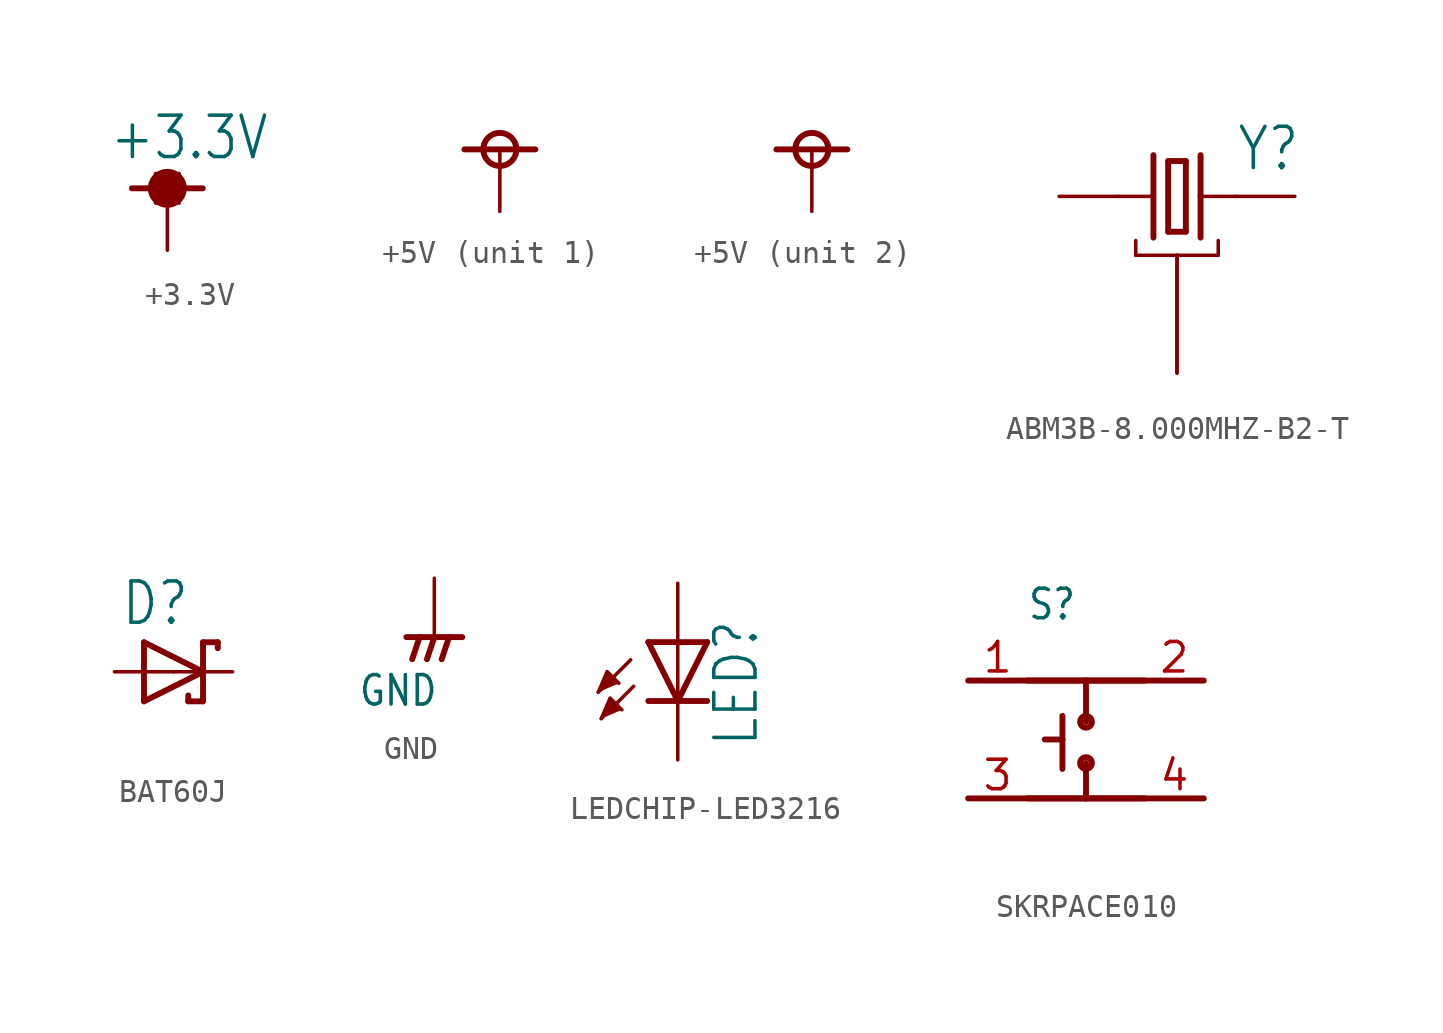
<source format=kicad_sym>
(kicad_symbol_lib
  (version 20220914)
  (generator kicad_symbol_editor)
  (symbol "+3.3V"
    (power)
    (property "Reference" ""
      (at 0 0 0)
      (effects (font (size 1.27 1.27)) hide))
    (property "Value" "+3.3V"
      (at -2.54 1.27 0)
      (effects (font (size 1.778 1.511)) (justify left bottom)))
    (property "ki_locked" ""
      (at 0 0 0)
      (effects (font (size 1.27 1.27))))
    (symbol "+3.3V_1_0"
      (rectangle (start -0.508 -0.508) (end 0.508 0.762) (stroke (width 0) (type default)) (fill (type outline)))
      (polyline (pts (xy -1.524 0.127) (xy 1.524 0.127)) (stroke (width 0.254) (type solid)) (fill (type none)))
      (polyline (pts (xy -0.508 0.254) (xy -0.508 0)) (stroke (width 0.406) (type solid)) (fill (type none)))
      (polyline (pts (xy 0.508 0.254) (xy 0.508 0)) (stroke (width 0.406) (type solid)) (fill (type none)))
      (circle (center 0 0.127) (radius 0.71) (stroke (width 0.254) (type solid)) (fill (type none)))
      (pin power_in line (at 0 -2.54 90) (length 2.54) (name "+3V3" (effects (font (size 0 0)))) (number "1" (effects (font (size 0 0)))))))
  (symbol "+5V"
    (property "Reference" ""
      (at 0 0 0)
      (effects (font (size 1.27 1.27)) hide))
    (property "Value" ""
      (at -2.54 1.524 0)
      (effects (font (size 1.778 1.511)) (justify left bottom)))
    (property "ki_locked" ""
      (at 0 0 0)
      (effects (font (size 1.27 1.27))))
    (symbol "+5V_1_0"
      (polyline (pts (xy -1.524 0.127) (xy 1.524 0.127)) (stroke (width 0.254) (type solid)) (fill (type none)))
      (circle (center 0 0.127) (radius 0.71) (stroke (width 0.254) (type solid)) (fill (type none)))
      (pin power_in line (at 0 -2.54 90) (length 2.54) (name "+5V" (effects (font (size 0 0)))) (number "1" (effects (font (size 0 0))))))
    (symbol "+5V_2_0"
      (polyline (pts (xy -1.524 0.127) (xy 1.524 0.127)) (stroke (width 0.254) (type solid)) (fill (type none)))
      (circle (center 0 0.127) (radius 0.71) (stroke (width 0.254) (type solid)) (fill (type none)))
      (pin power_in line (at 0 -2.54 90) (length 2.54) (name "+5V" (effects (font (size 0 0)))) (number "1" (effects (font (size 0 0)))))))
  (symbol "ABM3B-8.000MHZ-B2-T"
    (property "Reference" "Y"
      (at 2.541 1.016 0)
      (effects (font (size 1.779 1.512)) (justify left bottom)))
    (property "Value" ""
      (at 2.543 -2.543 0)
      (effects (font (size 1.78 1.513)) (justify left bottom)))
    (property "ki_locked" ""
      (at 0 0 0)
      (effects (font (size 1.27 1.27))))
    (symbol "ABM3B-8.000MHZ-B2-T_1_0"
      (polyline (pts (xy -2.54 0) (xy -1.016 0)) (stroke (width 0.152) (type solid)) (fill (type none)))
      (polyline (pts (xy -1.778 -2.54) (xy -1.778 -1.905)) (stroke (width 0.152) (type solid)) (fill (type none)))
      (polyline (pts (xy -1.778 -2.54) (xy 1.778 -2.54)) (stroke (width 0.152) (type solid)) (fill (type none)))
      (polyline (pts (xy -1.016 1.778) (xy -1.016 -1.778)) (stroke (width 0.254) (type solid)) (fill (type none)))
      (polyline (pts (xy -0.381 -1.524) (xy 0.381 -1.524)) (stroke (width 0.254) (type solid)) (fill (type none)))
      (polyline (pts (xy -0.381 1.524) (xy -0.381 -1.524)) (stroke (width 0.254) (type solid)) (fill (type none)))
      (polyline (pts (xy 0.381 -1.524) (xy 0.381 1.524)) (stroke (width 0.254) (type solid)) (fill (type none)))
      (polyline (pts (xy 0.381 1.524) (xy -0.381 1.524)) (stroke (width 0.254) (type solid)) (fill (type none)))
      (polyline (pts (xy 1.016 0) (xy 1.016 -1.778)) (stroke (width 0.254) (type solid)) (fill (type none)))
      (polyline (pts (xy 1.016 0) (xy 2.54 0)) (stroke (width 0.152) (type solid)) (fill (type none)))
      (polyline (pts (xy 1.016 1.778) (xy 1.016 0)) (stroke (width 0.254) (type solid)) (fill (type none)))
      (polyline (pts (xy 1.778 -1.905) (xy 1.778 -2.54)) (stroke (width 0.152) (type solid)) (fill (type none)))
      (pin passive line (at -5.08 0 0) (length 2.54) (name "1" (effects (font (size 0 0)))) (number "1" (effects (font (size 0 0)))))
      (pin passive line (at 0 -7.62 90) (length 5.08) (name "GND" (effects (font (size 0 0)))) (number "2" (effects (font (size 0 0)))))
      (pin passive line (at 5.08 0 180) (length 2.54) (name "3" (effects (font (size 0 0)))) (number "3" (effects (font (size 0 0)))))
      (pin passive line (at 0 -7.62 90) (length 5.08) (name "GND" (effects (font (size 0 0)))) (number "4" (effects (font (size 0 0)))))))
  (symbol "BAT60J"
    (property "Reference" "D"
      (at -2.286 1.905 0)
      (effects (font (size 1.778 1.511)) (justify left bottom)))
    (property "Value" ""
      (at -2.286 -3.429 0)
      (effects (font (size 1.778 1.511)) (justify left bottom)))
    (property "ki_locked" ""
      (at 0 0 0)
      (effects (font (size 1.27 1.27))))
    (symbol "BAT60J_1_0"
      (polyline (pts (xy -1.27 -1.27) (xy 1.27 0)) (stroke (width 0.254) (type solid)) (fill (type none)))
      (polyline (pts (xy -1.27 1.27) (xy -1.27 -1.27)) (stroke (width 0.254) (type solid)) (fill (type none)))
      (polyline (pts (xy 0.635 -1.016) (xy 0.635 -1.27)) (stroke (width 0.254) (type solid)) (fill (type none)))
      (polyline (pts (xy 1.27 -1.27) (xy 0.635 -1.27)) (stroke (width 0.254) (type solid)) (fill (type none)))
      (polyline (pts (xy 1.27 0) (xy -1.27 1.27)) (stroke (width 0.254) (type solid)) (fill (type none)))
      (polyline (pts (xy 1.27 0) (xy 1.27 -1.27)) (stroke (width 0.254) (type solid)) (fill (type none)))
      (polyline (pts (xy 1.27 1.27) (xy 1.27 0)) (stroke (width 0.254) (type solid)) (fill (type none)))
      (polyline (pts (xy 1.905 1.27) (xy 1.27 1.27)) (stroke (width 0.254) (type solid)) (fill (type none)))
      (polyline (pts (xy 1.905 1.27) (xy 1.905 1.016)) (stroke (width 0.254) (type solid)) (fill (type none)))
      (pin passive line (at -2.54 0 0) (length 2.54) (name "A" (effects (font (size 0 0)))) (number "A" (effects (font (size 0 0)))))
      (pin passive line (at 2.54 0 180) (length 2.54) (name "C" (effects (font (size 0 0)))) (number "C" (effects (font (size 0 0)))))))
  (symbol "GND"
    (power)
    (property "Reference" ""
      (at 0 0 0)
      (effects (font (size 1.27 1.27)) hide))
    (property "Value" "GND"
      (at -3.302 -3.048 0)
      (effects (font (size 1.27 1.079)) (justify left bottom)))
    (property "ki_locked" ""
      (at 0 0 0)
      (effects (font (size 1.27 1.27))))
    (symbol "GND_1_0"
      (polyline (pts (xy -1.206 0) (xy -0.635 0)) (stroke (width 0.254) (type solid)) (fill (type none)))
      (polyline (pts (xy -0.635 0) (xy -0.953 -0.953)) (stroke (width 0.254) (type solid)) (fill (type none)))
      (polyline (pts (xy -0.635 0) (xy 0 0)) (stroke (width 0.254) (type solid)) (fill (type none)))
      (polyline (pts (xy 0 0) (xy -0.318 -0.953)) (stroke (width 0.254) (type solid)) (fill (type none)))
      (polyline (pts (xy 0 0) (xy 0.635 0)) (stroke (width 0.254) (type solid)) (fill (type none)))
      (polyline (pts (xy 0.635 0) (xy 0.318 -0.953)) (stroke (width 0.254) (type solid)) (fill (type none)))
      (polyline (pts (xy 0.635 0) (xy 1.206 0)) (stroke (width 0.254) (type solid)) (fill (type none)))
      (pin power_in line (at 0 2.54 270) (length 2.54) (name "GND" (effects (font (size 0 0)))) (number "1" (effects (font (size 0 0)))))))
  (symbol "LEDCHIP-LED3216"
    (property "Reference" "LED"
      (at 3.556 -4.572 90)
      (effects (font (size 1.778 1.511)) (justify left bottom)))
    (property "Value" ""
      (at 5.715 -4.572 90)
      (effects (font (size 1.778 1.511)) (justify left bottom)))
    (property "ki_locked" ""
      (at 0 0 0)
      (effects (font (size 1.27 1.27))))
    (symbol "LEDCHIP-LED3216_1_0"
      (polyline (pts (xy -2.032 -0.762) (xy -3.429 -2.159)) (stroke (width 0.152) (type solid)) (fill (type none)))
      (polyline (pts (xy -1.905 -1.905) (xy -3.302 -3.302)) (stroke (width 0.152) (type solid)) (fill (type none)))
      (polyline (pts (xy 0 -2.54) (xy -1.27 -2.54)) (stroke (width 0.254) (type solid)) (fill (type none)))
      (polyline (pts (xy 0 -2.54) (xy -1.27 0)) (stroke (width 0.254) (type solid)) (fill (type none)))
      (polyline (pts (xy 0 0) (xy -1.27 0)) (stroke (width 0.254) (type solid)) (fill (type none)))
      (polyline (pts (xy 0 0) (xy 0 -2.54)) (stroke (width 0.152) (type solid)) (fill (type none)))
      (polyline (pts (xy 1.27 -2.54) (xy 0 -2.54)) (stroke (width 0.254) (type solid)) (fill (type none)))
      (polyline (pts (xy 1.27 0) (xy 0 -2.54)) (stroke (width 0.254) (type solid)) (fill (type none)))
      (polyline (pts (xy 1.27 0) (xy 0 0)) (stroke (width 0.254) (type solid)) (fill (type none)))
      (polyline (pts (xy -3.429 -2.159) (xy -3.048 -1.27) (xy -2.54 -1.778)) (stroke (width 0.152) (type solid)) (fill (type outline)))
      (polyline (pts (xy -3.302 -3.302) (xy -2.921 -2.413) (xy -2.413 -2.921)) (stroke (width 0.152) (type solid)) (fill (type outline)))
      (pin passive line (at 0 2.54 270) (length 2.54) (name "A" (effects (font (size 0 0)))) (number "A" (effects (font (size 0 0)))))
      (pin passive line (at 0 -5.08 90) (length 2.54) (name "C" (effects (font (size 0 0)))) (number "C" (effects (font (size 0 0)))))))
  (symbol "SKRPACE010"
    (property "Reference" "S"
      (at -2.543 5.086 0)
      (effects (font (size 1.272 1.081)) (justify left bottom)))
    (property "Value" ""
      (at -2.544 -5.088 0)
      (effects (font (size 1.272 1.081)) (justify left bottom)))
    (property "ki_locked" ""
      (at 0 0 0)
      (effects (font (size 1.27 1.27))))
    (symbol "SKRPACE010_1_0"
      (circle (center 0 -1.016) (radius 0.254) (stroke (width 0.254) (type solid)) (fill (type none)))
      (polyline (pts (xy -5.08 2.54) (xy 5.08 2.54)) (stroke (width 0.254) (type solid)) (fill (type none)))
      (polyline (pts (xy -2.54 -2.54) (xy 0 -2.54)) (stroke (width 0.254) (type solid)) (fill (type none)))
      (polyline (pts (xy -2.54 2.54) (xy 0 2.54)) (stroke (width 0.254) (type solid)) (fill (type none)))
      (polyline (pts (xy -1.016 0) (xy -1.778 0)) (stroke (width 0.254) (type solid)) (fill (type none)))
      (polyline (pts (xy -1.016 0) (xy -1.016 -1.27)) (stroke (width 0.254) (type solid)) (fill (type none)))
      (polyline (pts (xy -1.016 1.016) (xy -1.016 0)) (stroke (width 0.254) (type solid)) (fill (type none)))
      (polyline (pts (xy 0 -2.54) (xy 2.54 -2.54)) (stroke (width 0.254) (type solid)) (fill (type none)))
      (polyline (pts (xy 0 -1.016) (xy 0 -2.54)) (stroke (width 0.254) (type solid)) (fill (type none)))
      (polyline (pts (xy 0 0.762) (xy 0 2.54)) (stroke (width 0.254) (type solid)) (fill (type none)))
      (polyline (pts (xy 0 2.54) (xy 2.54 2.54)) (stroke (width 0.254) (type solid)) (fill (type none)))
      (polyline (pts (xy 5.08 -2.54) (xy -5.08 -2.54)) (stroke (width 0.254) (type solid)) (fill (type none)))
      (circle (center 0 0.762) (radius 0.254) (stroke (width 0.254) (type solid)) (fill (type none)))
      (pin bidirectional line (at -5.08 2.54 0) (length 2.54) (name "1" (effects (font (size 0 0)))) (number "1" (effects (font (size 1.27 1.27)))))
      (pin bidirectional line (at 5.08 2.54 180) (length 2.54) (name "2" (effects (font (size 0 0)))) (number "2" (effects (font (size 1.27 1.27)))))
      (pin bidirectional line (at -5.08 -2.54 0) (length 2.54) (name "3" (effects (font (size 0 0)))) (number "3" (effects (font (size 1.27 1.27)))))
      (pin bidirectional line (at 5.08 -2.54 180) (length 2.54) (name "4" (effects (font (size 0 0)))) (number "4" (effects (font (size 1.27 1.27))))))))
</source>
